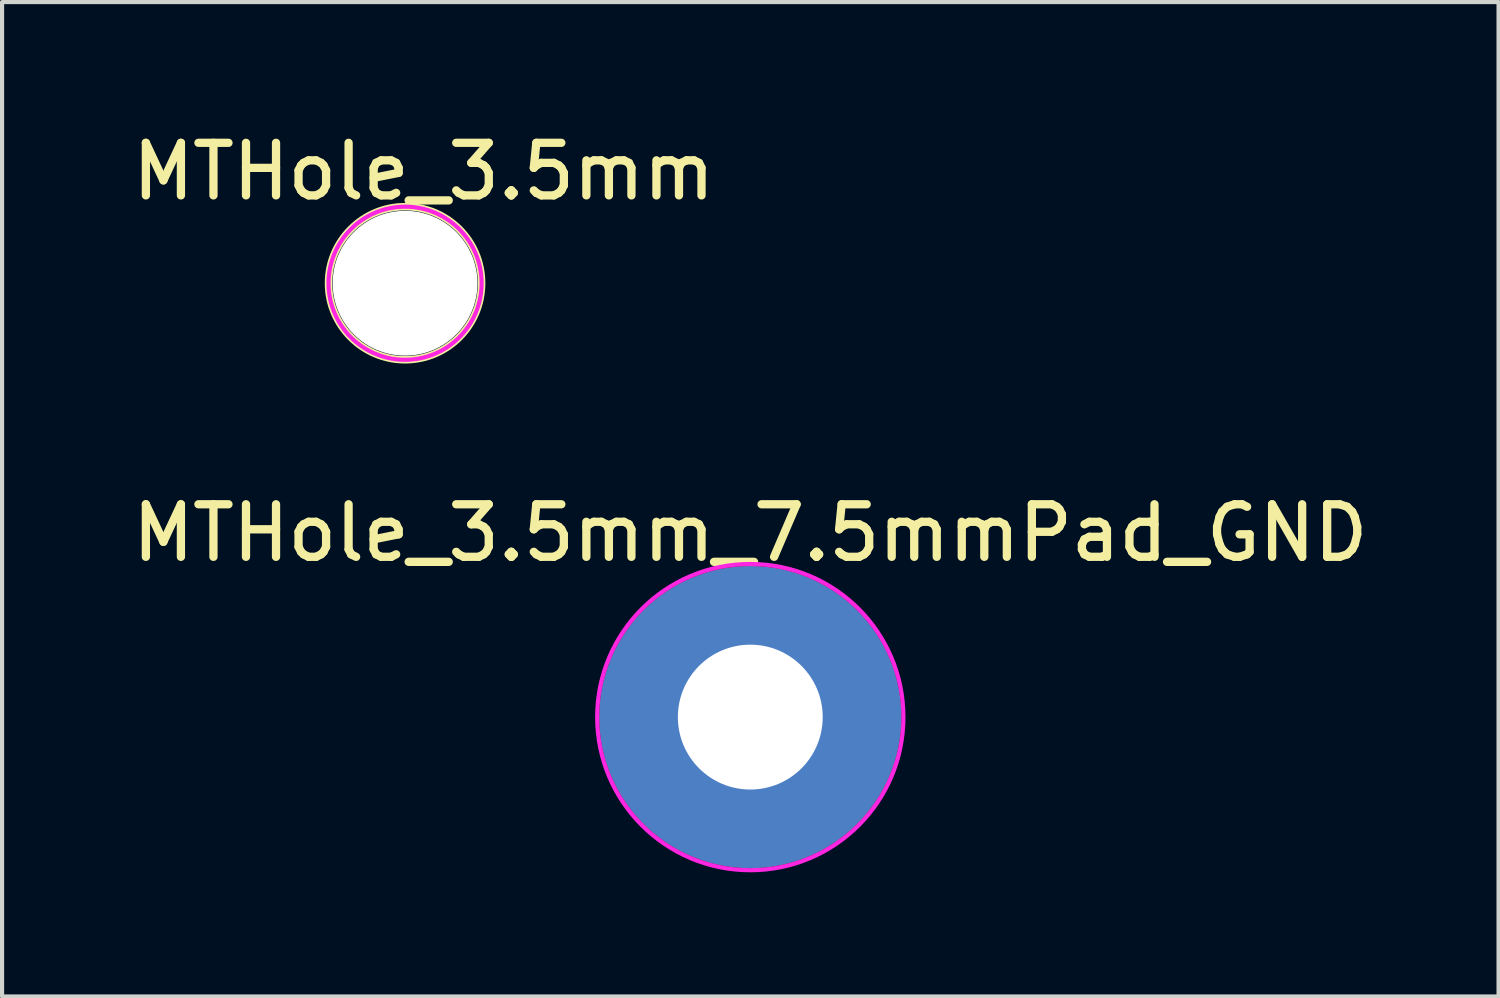
<source format=kicad_pcb>
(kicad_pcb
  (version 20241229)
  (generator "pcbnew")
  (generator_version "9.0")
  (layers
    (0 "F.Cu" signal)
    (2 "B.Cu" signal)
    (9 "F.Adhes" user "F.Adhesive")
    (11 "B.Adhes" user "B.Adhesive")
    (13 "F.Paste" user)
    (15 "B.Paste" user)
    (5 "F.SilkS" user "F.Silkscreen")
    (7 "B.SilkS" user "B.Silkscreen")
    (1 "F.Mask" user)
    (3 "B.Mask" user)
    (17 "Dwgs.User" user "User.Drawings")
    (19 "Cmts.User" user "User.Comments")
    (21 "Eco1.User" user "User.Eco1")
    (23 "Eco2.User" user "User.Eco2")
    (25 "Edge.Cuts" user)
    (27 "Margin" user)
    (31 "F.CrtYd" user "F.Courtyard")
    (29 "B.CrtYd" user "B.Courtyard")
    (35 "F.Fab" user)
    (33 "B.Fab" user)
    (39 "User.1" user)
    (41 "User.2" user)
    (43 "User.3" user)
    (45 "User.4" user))
  (footprint "MTHole_3.5mm_7.5mmPad_GND"
    (layer "F.Cu")
    (at 15.08 14.278)
    (property "Reference" "MTHole_3.5mm_7.5mmPad_GND" (at 0 -4.45 0) (layer "F.SilkS") (effects (font (size 1.27 1.27) (thickness 0.2))))
    (attr exclude_from_pos_files exclude_from_bom)
    (fp_circle (center 0 0) (end 3.7 0) (stroke (width 0.1) (type solid)) (fill no) (layer "F.CrtYd"))
    (pad "1" thru_hole circle (at 0 0) (size 7.3 7.3) (drill 3.5) (layers "*.Cu" "*.Mask")))
  (footprint "MTHole_3.5mm"
    (layer "F.Cu")
    (at 6.738 3.794)
    (property "Reference" "MTHole_3.5mm" (at 0.45 -2.7 0) (layer "F.SilkS") (effects (font (size 1.27 1.27) (thickness 0.2))))
    (attr exclude_from_pos_files exclude_from_bom)
    (fp_circle (center 0 0) (end 1.85 0) (stroke (width 0.18) (type solid)) (fill no) (layer "F.SilkS"))
    (fp_circle (center 0 0) (end 1.85 0) (stroke (width 0.1) (type solid)) (fill no) (layer "F.CrtYd"))
    (pad "" np_thru_hole circle (at 0 0) (size 3.5 3.5) (drill 3.5) (layers "*.Cu" "*.Mask")))
  (gr_rect
    (start -3 -3)
    (end 33.161 21.028)
    (stroke (width 0.1) (type default))
    (fill no)
    (layer "Edge.Cuts")))
</source>
